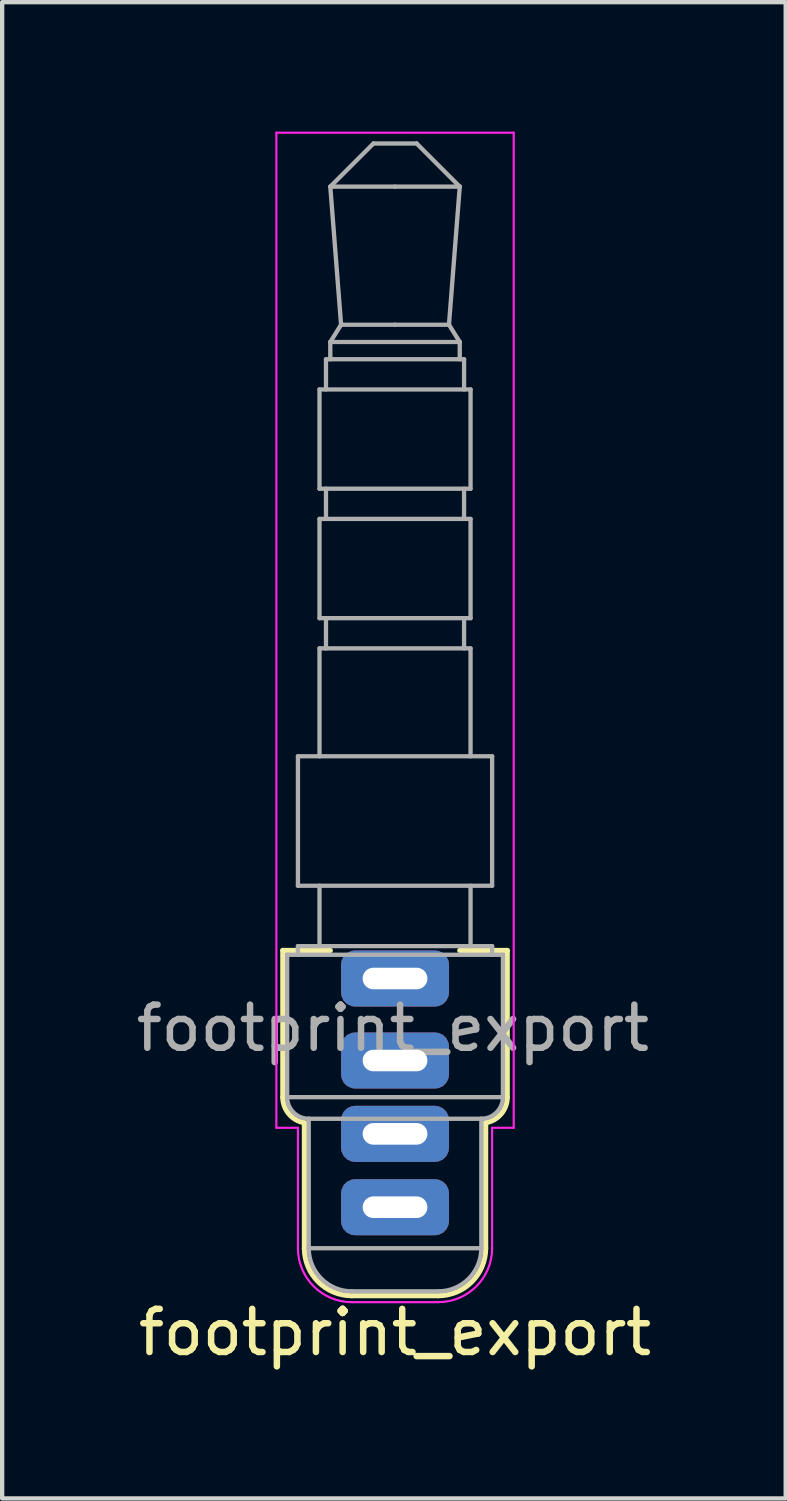
<source format=kicad_pcb>
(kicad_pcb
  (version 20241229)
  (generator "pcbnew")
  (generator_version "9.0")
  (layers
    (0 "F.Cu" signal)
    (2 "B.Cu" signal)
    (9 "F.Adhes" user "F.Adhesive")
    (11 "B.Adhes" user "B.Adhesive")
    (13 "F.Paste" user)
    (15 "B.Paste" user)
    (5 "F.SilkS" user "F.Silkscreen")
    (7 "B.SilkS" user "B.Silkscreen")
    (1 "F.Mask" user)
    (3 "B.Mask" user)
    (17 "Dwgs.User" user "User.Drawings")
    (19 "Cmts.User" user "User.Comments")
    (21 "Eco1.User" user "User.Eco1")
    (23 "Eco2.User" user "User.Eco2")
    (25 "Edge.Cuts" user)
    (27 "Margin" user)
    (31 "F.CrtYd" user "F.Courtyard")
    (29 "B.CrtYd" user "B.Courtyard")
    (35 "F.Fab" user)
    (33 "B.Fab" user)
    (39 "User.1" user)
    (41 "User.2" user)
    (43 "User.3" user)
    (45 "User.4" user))
  (footprint "footprint_export"
    (layer "F.Cu")
    (at 6.104 19.625)
    (property "Reference" "footprint_export" (at 0 8.2 0) (layer "F.SilkS") (effects (font (size 1 1) (thickness 0.15))))
    (attr through_hole)
    (fp_line (start -2.6 -0.65) (end -1.5 -0.65) (stroke (width 0.12) (type solid)) (layer "F.SilkS"))
    (fp_line (start -2.6 2.75) (end -2.6 -0.65) (stroke (width 0.12) (type solid)) (layer "F.SilkS"))
    (fp_line (start -2.1 6.25) (end -2.1 3.342) (stroke (width 0.12) (type solid)) (layer "F.SilkS"))
    (fp_line (start 1 7.35) (end -1 7.35) (stroke (width 0.12) (type solid)) (layer "F.SilkS"))
    (fp_line (start 1.5 -0.65) (end 2.6 -0.65) (stroke (width 0.12) (type solid)) (layer "F.SilkS"))
    (fp_line (start 2.1 3.342) (end 2.1 6.25) (stroke (width 0.12) (type solid)) (layer "F.SilkS"))
    (fp_line (start 2.6 -0.65) (end 2.6 2.75) (stroke (width 0.12) (type solid)) (layer "F.SilkS"))
    (fp_arc (start -2.1 3.341608) (mid -2.458258 3.137298) (end -2.6 2.75) (stroke (width 0.12) (type solid)) (layer "F.SilkS"))
    (fp_arc (start -1 7.35) (mid -1.777817 7.027817) (end -2.1 6.25) (stroke (width 0.12) (type solid)) (layer "F.SilkS"))
    (fp_arc (start 2.1 6.25) (mid 1.777817 7.027817) (end 1 7.35) (stroke (width 0.12) (type solid)) (layer "F.SilkS"))
    (fp_arc (start 2.6 2.75) (mid 2.458258 3.137298) (end 2.1 3.341608) (stroke (width 0.12) (type solid)) (layer "F.SilkS"))
    (fp_line (start -2.75 -19.6) (end 2.75 -19.6) (stroke (width 0.05) (type solid)) (layer "F.CrtYd"))
    (fp_line (start -2.75 3.46) (end -2.75 -19.6) (stroke (width 0.05) (type solid)) (layer "F.CrtYd"))
    (fp_line (start -2.75 3.46) (end -2.25 3.46) (stroke (width 0.05) (type solid)) (layer "F.CrtYd"))
    (fp_line (start -2.25 6.25) (end -2.25 3.46) (stroke (width 0.05) (type solid)) (layer "F.CrtYd"))
    (fp_line (start 1 7.5) (end -1 7.5) (stroke (width 0.05) (type solid)) (layer "F.CrtYd"))
    (fp_line (start 2.25 3.46) (end 2.25 6.25) (stroke (width 0.05) (type solid)) (layer "F.CrtYd"))
    (fp_line (start 2.25 3.46) (end 2.75 3.46) (stroke (width 0.05) (type solid)) (layer "F.CrtYd"))
    (fp_line (start 2.75 -19.6) (end 2.75 3.46) (stroke (width 0.05) (type solid)) (layer "F.CrtYd"))
    (fp_arc (start -1 7.5) (mid -1.883883 7.133883) (end -2.25 6.25) (stroke (width 0.05) (type solid)) (layer "F.CrtYd"))
    (fp_arc (start 2.25 6.25) (mid 1.883883 7.133883) (end 1 7.5) (stroke (width 0.05) (type solid)) (layer "F.CrtYd"))
    (fp_line (start -2.5 -0.55) (end 2.5 -0.55) (stroke (width 0.1) (type solid)) (layer "F.Fab"))
    (fp_line (start -2.5 2.75) (end -2.5 -0.55) (stroke (width 0.1) (type solid)) (layer "F.Fab"))
    (fp_line (start -2.5 2.75) (end 2.5 2.75) (stroke (width 0.1) (type solid)) (layer "F.Fab"))
    (fp_line (start -2.25 -5.15) (end -2.25 -2.15) (stroke (width 0.1) (type solid)) (layer "F.Fab"))
    (fp_line (start -2.25 -0.75) (end -2.25 -0.55) (stroke (width 0.1) (type solid)) (layer "F.Fab"))
    (fp_line (start -2 3.25) (end 2 3.25) (stroke (width 0.1) (type solid)) (layer "F.Fab"))
    (fp_line (start -2 6.25) (end -2 3.25) (stroke (width 0.1) (type solid)) (layer "F.Fab"))
    (fp_line (start -2 6.25) (end 2 6.25) (stroke (width 0.1) (type solid)) (layer "F.Fab"))
    (fp_line (start -1.75 -13.65) (end -1.75 -11.35) (stroke (width 0.1) (type solid)) (layer "F.Fab"))
    (fp_line (start -1.75 -13.65) (end 1.75 -13.65) (stroke (width 0.1) (type solid)) (layer "F.Fab"))
    (fp_line (start -1.75 -11.35) (end 1.75 -11.35) (stroke (width 0.1) (type solid)) (layer "F.Fab"))
    (fp_line (start -1.75 -10.65) (end -1.75 -8.35) (stroke (width 0.1) (type solid)) (layer "F.Fab"))
    (fp_line (start -1.75 -10.65) (end 1.75 -10.65) (stroke (width 0.1) (type solid)) (layer "F.Fab"))
    (fp_line (start -1.75 -8.35) (end 1.75 -8.35) (stroke (width 0.1) (type solid)) (layer "F.Fab"))
    (fp_line (start -1.75 -7.65) (end -1.75 -5.15) (stroke (width 0.1) (type solid)) (layer "F.Fab"))
    (fp_line (start -1.75 -7.65) (end 1.75 -7.65) (stroke (width 0.1) (type solid)) (layer "F.Fab"))
    (fp_line (start -1.75 -2.15) (end -1.75 -0.75) (stroke (width 0.1) (type solid)) (layer "F.Fab"))
    (fp_line (start -1.6 -14.35) (end -1.6 -13.65) (stroke (width 0.1) (type solid)) (layer "F.Fab"))
    (fp_line (start -1.6 -14.35) (end 1.6 -14.35) (stroke (width 0.1) (type solid)) (layer "F.Fab"))
    (fp_line (start -1.6 -11.35) (end -1.6 -10.65) (stroke (width 0.1) (type solid)) (layer "F.Fab"))
    (fp_line (start -1.6 -8.35) (end -1.6 -7.65) (stroke (width 0.1) (type solid)) (layer "F.Fab"))
    (fp_line (start -1.5 -18.35) (end -1.25 -15.15) (stroke (width 0.1) (type solid)) (layer "F.Fab"))
    (fp_line (start -1.5 -14.75) (end -1.5 -14.35) (stroke (width 0.1) (type solid)) (layer "F.Fab"))
    (fp_line (start -1.5 -14.75) (end 1.5 -14.75) (stroke (width 0.1) (type solid)) (layer "F.Fab"))
    (fp_line (start -1.25 -15.15) (end -1.5 -14.75) (stroke (width 0.1) (type solid)) (layer "F.Fab"))
    (fp_line (start -0.5 -19.35) (end -1.5 -18.35) (stroke (width 0.1) (type solid)) (layer "F.Fab"))
    (fp_line (start 0 -18.35) (end -1.5 -18.35) (stroke (width 0.1) (type solid)) (layer "F.Fab"))
    (fp_line (start 0 -15.15) (end -1.25 -15.15) (stroke (width 0.1) (type solid)) (layer "F.Fab"))
    (fp_line (start 0.5 -19.35) (end -0.5 -19.35) (stroke (width 0.1) (type solid)) (layer "F.Fab"))
    (fp_line (start 1 7.25) (end -1 7.25) (stroke (width 0.1) (type solid)) (layer "F.Fab"))
    (fp_line (start 1.25 -15.15) (end 0 -15.15) (stroke (width 0.1) (type solid)) (layer "F.Fab"))
    (fp_line (start 1.25 -15.15) (end 1.5 -18.35) (stroke (width 0.1) (type solid)) (layer "F.Fab"))
    (fp_line (start 1.5 -18.35) (end 0 -18.35) (stroke (width 0.1) (type solid)) (layer "F.Fab"))
    (fp_line (start 1.5 -18.35) (end 0.5 -19.35) (stroke (width 0.1) (type solid)) (layer "F.Fab"))
    (fp_line (start 1.5 -14.75) (end 1.25 -15.15) (stroke (width 0.1) (type solid)) (layer "F.Fab"))
    (fp_line (start 1.5 -14.35) (end 1.5 -14.75) (stroke (width 0.1) (type solid)) (layer "F.Fab"))
    (fp_line (start 1.6 -13.65) (end 1.6 -14.35) (stroke (width 0.1) (type solid)) (layer "F.Fab"))
    (fp_line (start 1.6 -10.65) (end 1.6 -11.35) (stroke (width 0.1) (type solid)) (layer "F.Fab"))
    (fp_line (start 1.6 -7.65) (end 1.6 -8.35) (stroke (width 0.1) (type solid)) (layer "F.Fab"))
    (fp_line (start 1.75 -11.35) (end 1.75 -13.65) (stroke (width 0.1) (type solid)) (layer "F.Fab"))
    (fp_line (start 1.75 -8.35) (end 1.75 -10.65) (stroke (width 0.1) (type solid)) (layer "F.Fab"))
    (fp_line (start 1.75 -5.15) (end 1.75 -7.65) (stroke (width 0.1) (type solid)) (layer "F.Fab"))
    (fp_line (start 1.75 -0.75) (end 1.75 -2.15) (stroke (width 0.1) (type solid)) (layer "F.Fab"))
    (fp_line (start 2 3.25) (end 2 6.25) (stroke (width 0.1) (type solid)) (layer "F.Fab"))
    (fp_line (start 2.25 -5.15) (end -2.25 -5.15) (stroke (width 0.1) (type solid)) (layer "F.Fab"))
    (fp_line (start 2.25 -2.15) (end -2.25 -2.15) (stroke (width 0.1) (type solid)) (layer "F.Fab"))
    (fp_line (start 2.25 -2.15) (end 2.25 -5.15) (stroke (width 0.1) (type solid)) (layer "F.Fab"))
    (fp_line (start 2.25 -0.75) (end -2.25 -0.75) (stroke (width 0.1) (type solid)) (layer "F.Fab"))
    (fp_line (start 2.25 -0.55) (end 2.25 -0.75) (stroke (width 0.1) (type solid)) (layer "F.Fab"))
    (fp_line (start 2.5 -0.55) (end 2.5 2.75) (stroke (width 0.1) (type solid)) (layer "F.Fab"))
    (fp_arc (start -2 3.25) (mid -2.353553 3.103553) (end -2.5 2.75) (stroke (width 0.1) (type solid)) (layer "F.Fab"))
    (fp_arc (start -1 7.25) (mid -1.707107 6.957107) (end -2 6.25) (stroke (width 0.1) (type solid)) (layer "F.Fab"))
    (fp_arc (start 2 6.25) (mid 1.707107 6.957107) (end 1 7.25) (stroke (width 0.1) (type solid)) (layer "F.Fab"))
    (fp_arc (start 2.5 2.75) (mid 2.353553 3.103553) (end 2 3.25) (stroke (width 0.1) (type solid)) (layer "F.Fab"))
    (fp_text user "${REFERENCE}" (at -0.05 1.15 0) (layer "F.Fab") (effects (font (size 1 1) (thickness 0.15))))
    (pad "R1" thru_hole roundrect (at 0 3.6) (size 2.5 1.3) (drill oval 1.5 0.5) (layers "*.Cu" "*.Mask") (roundrect_rratio 0.25))
    (pad "R2" thru_hole roundrect (at 0 1.9) (size 2.5 1.3) (drill oval 1.5 0.5) (layers "*.Cu" "*.Mask") (roundrect_rratio 0.25))
    (pad "S" thru_hole roundrect (at 0 0) (size 2.5 1.3) (drill oval 1.5 0.5) (layers "*.Cu" "*.Mask") (roundrect_rratio 0.25))
    (pad "T" thru_hole roundrect (at 0 5.3) (size 2.5 1.3) (drill oval 1.5 0.5) (layers "*.Cu" "*.Mask") (roundrect_rratio 0.25)))
  (gr_rect
    (start -3 -3)
    (end 15.157 31.673)
    (stroke (width 0.1) (type default))
    (fill no)
    (layer "Edge.Cuts")))
</source>
